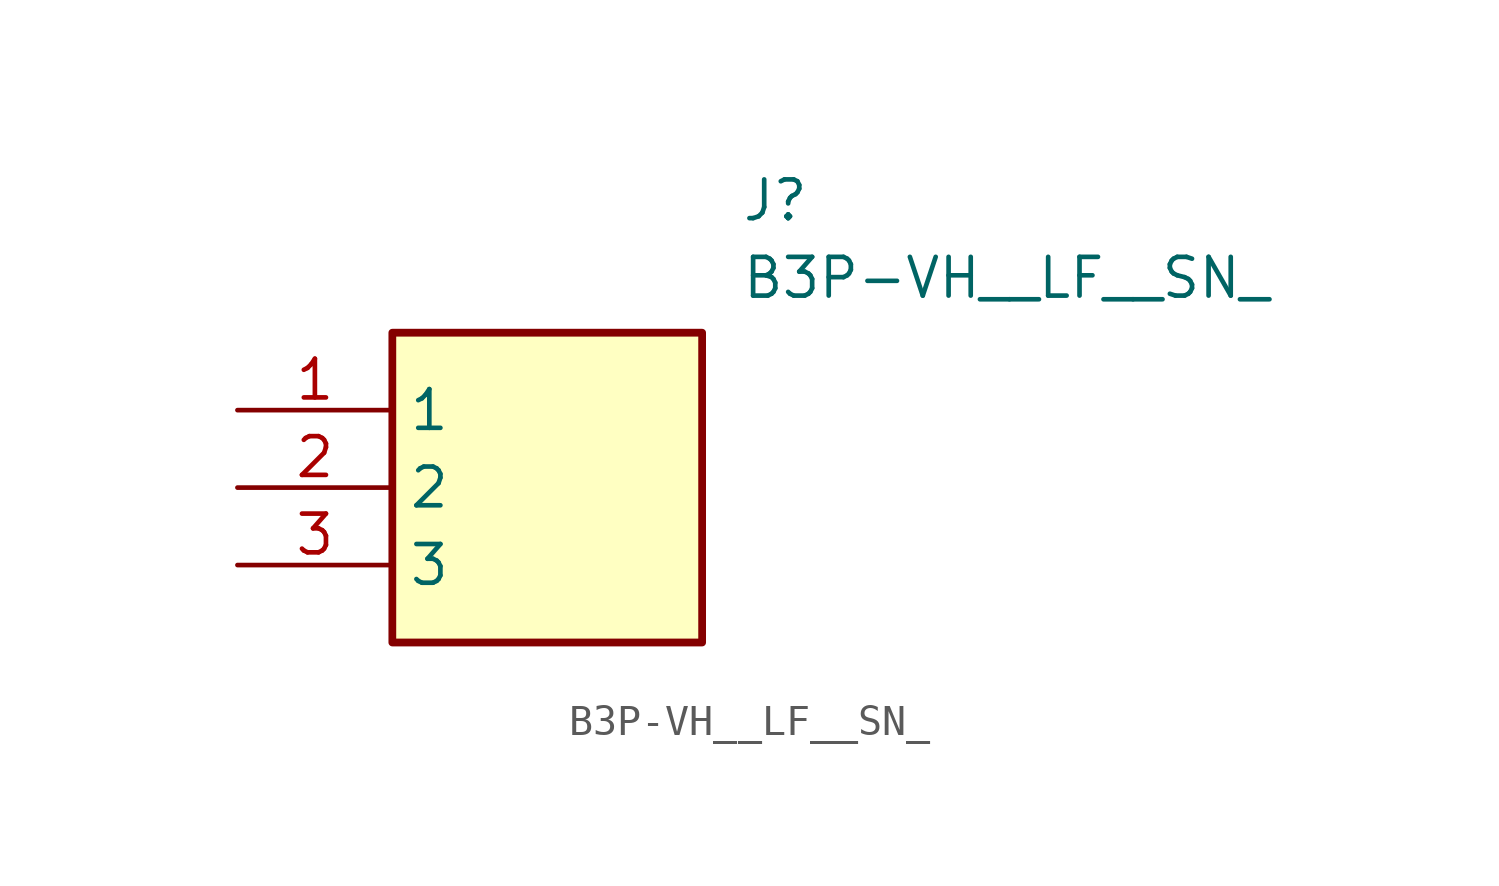
<source format=kicad_sym>
(kicad_symbol_lib
  (version 20211014)
  (generator SamacSys_ECAD_Model)
  (symbol "B3P-VH__LF__SN_"
    (property "Reference" "J"
      (at 16.51 7.62 0)
      (effects (font (size 1.27 1.27)) (justify left top)))
    (property "Value" "B3P-VH__LF__SN_"
      (at 16.51 5.08 0)
      (effects (font (size 1.27 1.27)) (justify left top)))
    (rectangle
      (start 5.08 2.54)
      (end 15.24 -7.62)
      (stroke (width 0.254) (type default))
      (fill (type background)))
    (pin passive line
      (at 0 0 0)
      (length 5.08)
      (name "1" (effects (font (size 1.27 1.27))))
      (number "1" (effects (font (size 1.27 1.27)))))
    (pin passive line
      (at 0 -2.54 0)
      (length 5.08)
      (name "2" (effects (font (size 1.27 1.27))))
      (number "2" (effects (font (size 1.27 1.27)))))
    (pin passive line
      (at 0 -5.08 0)
      (length 5.08)
      (name "3" (effects (font (size 1.27 1.27))))
      (number "3" (effects (font (size 1.27 1.27)))))))
</source>
